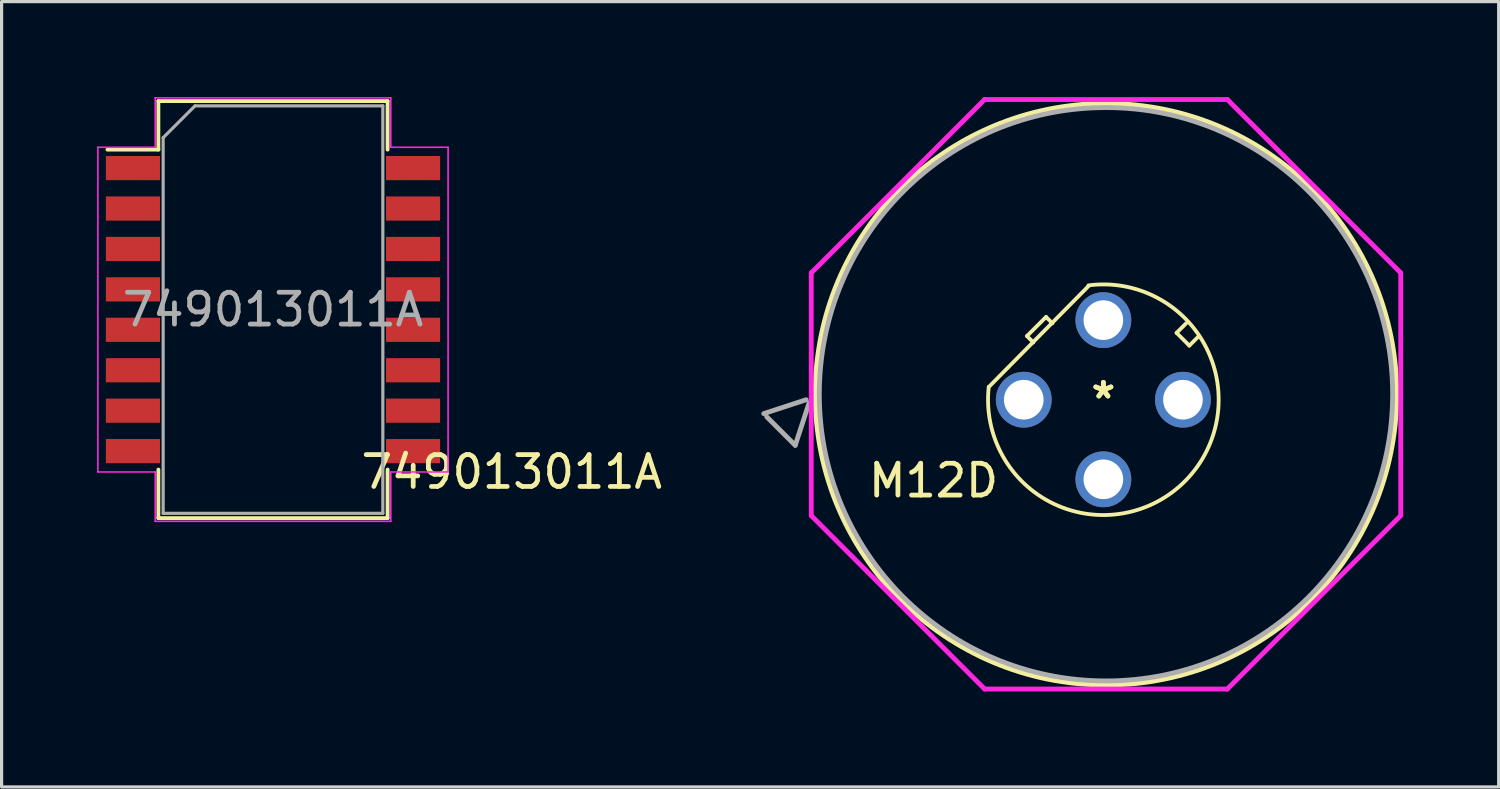
<source format=kicad_pcb>
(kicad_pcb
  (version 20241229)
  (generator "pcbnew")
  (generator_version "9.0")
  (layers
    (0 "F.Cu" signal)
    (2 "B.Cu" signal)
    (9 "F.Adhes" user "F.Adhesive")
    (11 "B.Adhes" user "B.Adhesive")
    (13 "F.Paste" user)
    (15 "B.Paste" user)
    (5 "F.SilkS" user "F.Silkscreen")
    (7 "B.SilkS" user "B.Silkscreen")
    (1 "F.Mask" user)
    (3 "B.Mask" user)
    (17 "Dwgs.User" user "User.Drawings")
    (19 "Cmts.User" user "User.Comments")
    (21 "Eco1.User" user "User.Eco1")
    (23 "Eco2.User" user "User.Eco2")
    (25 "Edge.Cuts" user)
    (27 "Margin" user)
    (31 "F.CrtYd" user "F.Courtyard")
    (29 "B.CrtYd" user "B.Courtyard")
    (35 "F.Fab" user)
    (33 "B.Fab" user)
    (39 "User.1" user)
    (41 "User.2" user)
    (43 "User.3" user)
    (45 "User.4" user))
  (footprint "M12D"
    (layer "F.Cu")
    (at 31.608 9.506)
    (property "Reference" "M12D" (at -5.334 2.54 0) (layer "F.SilkS") (effects (font (size 1 1) (thickness 0.15))))
    (attr through_hole)
    (fp_line (start -2.4 -2) (end -1.8 -2.6) (stroke (width 0.12) (type solid)) (layer "F.SilkS"))
    (fp_line (start -2.2 -1.8) (end -2.4 -2) (stroke (width 0.12) (type solid)) (layer "F.SilkS"))
    (fp_line (start -1.8 -2.6) (end -1.6 -2.4) (stroke (width 0.12) (type solid)) (layer "F.SilkS"))
    (fp_line (start -0.466 -3.57) (end -3.6 -0.4) (stroke (width 0.12) (type solid)) (layer "F.SilkS"))
    (fp_line (start 2.3 -2.1) (end 2.7 -1.7) (stroke (width 0.12) (type solid)) (layer "F.SilkS"))
    (fp_line (start 2.6 -2.4) (end 2.3 -2.1) (stroke (width 0.12) (type solid)) (layer "F.SilkS"))
    (fp_line (start 2.7 -1.7) (end 3 -2) (stroke (width 0.12) (type solid)) (layer "F.SilkS"))
    (fp_arc (start -0.468487 -3.591728) (mid 2.585523 2.536742) (end -3.599999 -0.399999) (stroke (width 0.12) (type solid)) (layer "F.SilkS"))
    (fp_circle (center 0.082 -0.172) (end 9.214 -0.172) (stroke (width 0.152) (type solid)) (fill no) (layer "F.SilkS"))
    (fp_line (start -9.176 -3.984) (end -3.73 -9.43) (stroke (width 0.152) (type solid)) (layer "F.CrtYd"))
    (fp_line (start -9.176 3.64) (end -9.176 -3.984) (stroke (width 0.152) (type solid)) (layer "F.CrtYd"))
    (fp_line (start -3.73 -9.43) (end 3.894 -9.43) (stroke (width 0.152) (type solid)) (layer "F.CrtYd"))
    (fp_line (start -3.73 9.087) (end -9.176 3.64) (stroke (width 0.152) (type solid)) (layer "F.CrtYd"))
    (fp_line (start 3.894 -9.43) (end 9.341 -3.984) (stroke (width 0.152) (type solid)) (layer "F.CrtYd"))
    (fp_line (start 3.894 9.087) (end -3.73 9.087) (stroke (width 0.152) (type solid)) (layer "F.CrtYd"))
    (fp_line (start 9.341 -3.984) (end 9.341 3.64) (stroke (width 0.152) (type solid)) (layer "F.CrtYd"))
    (fp_line (start 9.341 3.64) (end 3.894 9.087) (stroke (width 0.152) (type solid)) (layer "F.CrtYd"))
    (fp_line (start -10.668 0.436) (end -9.336 0) (stroke (width 0.152) (type solid)) (layer "F.Fab"))
    (fp_line (start -9.679 1.432) (end -10.576 0.535) (stroke (width 0.152) (type solid)) (layer "F.Fab"))
    (fp_line (start -9.243 0.099) (end -9.679 1.432) (stroke (width 0.152) (type solid)) (layer "F.Fab"))
    (fp_circle (center 0.082 -0.172) (end 9.087 -0.172) (stroke (width 0.152) (type solid)) (fill no) (layer "F.Fab"))
    (fp_text user "*" (at 0 0 0) (layer "F.SilkS") (effects (font (size 1 1) (thickness 0.15))))
    (fp_text user "*" (at 0 0 0) (layer "F.SilkS") (effects (font (size 1 1) (thickness 0.15))))
    (pad "1" thru_hole circle (at -2.5 0) (size 1.753 1.753) (drill 1.245) (layers "*.Cu" "*.Mask"))
    (pad "2" thru_hole circle (at 0 -2.5) (size 1.753 1.753) (drill 1.245) (layers "*.Cu" "*.Mask"))
    (pad "3" thru_hole circle (at 2.5 0 90) (size 1.753 1.753) (drill 1.245) (layers "*.Cu" "*.Mask"))
    (pad "4" thru_hole circle (at 0 2.5 90) (size 1.753 1.753) (drill 1.245) (layers "*.Cu" "*.Mask")))
  (footprint "749013011A"
    (layer "F.Cu")
    (at 5.525 6.675)
    (property "Reference" "749013011A" (at 7.5 5.1 0) (layer "F.SilkS") (effects (font (size 1 1) (thickness 0.15))))
    (attr smd)
    (fp_line (start -5.2 -5.025) (end -3.6 -5.025) (stroke (width 0.12) (type solid)) (layer "F.SilkS"))
    (fp_line (start -3.6 -6.55) (end 3.6 -6.55) (stroke (width 0.12) (type solid)) (layer "F.SilkS"))
    (fp_line (start -3.6 -5.025) (end -3.6 -6.55) (stroke (width 0.12) (type solid)) (layer "F.SilkS"))
    (fp_line (start -3.6 5.025) (end -3.6 6.55) (stroke (width 0.12) (type solid)) (layer "F.SilkS"))
    (fp_line (start -3.6 6.55) (end 3.6 6.55) (stroke (width 0.12) (type solid)) (layer "F.SilkS"))
    (fp_line (start 3.6 -6.55) (end 3.6 -5.025) (stroke (width 0.12) (type solid)) (layer "F.SilkS"))
    (fp_line (start 3.6 6.55) (end 3.6 5.025) (stroke (width 0.12) (type solid)) (layer "F.SilkS"))
    (fp_line (start -5.5 -5.1) (end -5.5 5.1) (stroke (width 0.05) (type solid)) (layer "F.CrtYd"))
    (fp_line (start -5.5 5.1) (end -3.7 5.1) (stroke (width 0.05) (type solid)) (layer "F.CrtYd"))
    (fp_line (start -3.7 -6.65) (end 3.7 -6.65) (stroke (width 0.05) (type solid)) (layer "F.CrtYd"))
    (fp_line (start -3.7 -5.1) (end -5.5 -5.1) (stroke (width 0.05) (type solid)) (layer "F.CrtYd"))
    (fp_line (start -3.7 -5.1) (end -3.7 -6.65) (stroke (width 0.05) (type solid)) (layer "F.CrtYd"))
    (fp_line (start -3.7 5.1) (end -3.7 6.65) (stroke (width 0.05) (type solid)) (layer "F.CrtYd"))
    (fp_line (start -3.7 6.65) (end 3.7 6.65) (stroke (width 0.05) (type solid)) (layer "F.CrtYd"))
    (fp_line (start 3.7 -5.1) (end 3.7 -6.65) (stroke (width 0.05) (type solid)) (layer "F.CrtYd"))
    (fp_line (start 3.7 5.1) (end 5.5 5.1) (stroke (width 0.05) (type solid)) (layer "F.CrtYd"))
    (fp_line (start 3.7 6.65) (end 3.7 5.1) (stroke (width 0.05) (type solid)) (layer "F.CrtYd"))
    (fp_line (start 5.5 -5.1) (end 3.7 -5.1) (stroke (width 0.05) (type solid)) (layer "F.CrtYd"))
    (fp_line (start 5.5 5.1) (end 5.5 -5.1) (stroke (width 0.05) (type solid)) (layer "F.CrtYd"))
    (fp_line (start -3.45 -5.4) (end -3.45 6.4) (stroke (width 0.1) (type solid)) (layer "F.Fab"))
    (fp_line (start -3.45 6.4) (end 3.45 6.4) (stroke (width 0.1) (type solid)) (layer "F.Fab"))
    (fp_line (start -2.45 -6.4) (end -3.45 -5.4) (stroke (width 0.1) (type solid)) (layer "F.Fab"))
    (fp_line (start 3.45 -6.4) (end -2.45 -6.4) (stroke (width 0.1) (type solid)) (layer "F.Fab"))
    (fp_line (start 3.45 6.4) (end 3.45 -6.4) (stroke (width 0.1) (type solid)) (layer "F.Fab"))
    (fp_text user "${REFERENCE}" (at 0 0 0) (layer "F.Fab") (effects (font (size 1 1) (thickness 0.15))))
    (pad "1" smd rect (at -4.4 -4.445) (size 1.7 0.76) (layers "F.Cu" "F.Mask" "F.Paste"))
    (pad "2" smd rect (at -4.4 -3.175) (size 1.7 0.76) (layers "F.Cu" "F.Mask" "F.Paste"))
    (pad "3" smd rect (at -4.4 -1.905) (size 1.7 0.76) (layers "F.Cu" "F.Mask" "F.Paste"))
    (pad "4" smd rect (at -4.4 -0.635) (size 1.7 0.76) (layers "F.Cu" "F.Mask" "F.Paste"))
    (pad "5" smd rect (at -4.4 0.635) (size 1.7 0.76) (layers "F.Cu" "F.Mask" "F.Paste"))
    (pad "6" smd rect (at -4.4 1.905) (size 1.7 0.76) (layers "F.Cu" "F.Mask" "F.Paste"))
    (pad "7" smd rect (at -4.4 3.175) (size 1.7 0.76) (layers "F.Cu" "F.Mask" "F.Paste"))
    (pad "8" smd rect (at -4.4 4.445) (size 1.7 0.76) (layers "F.Cu" "F.Mask" "F.Paste"))
    (pad "9" smd rect (at 4.4 4.445) (size 1.7 0.76) (layers "F.Cu" "F.Mask" "F.Paste"))
    (pad "10" smd rect (at 4.4 3.175) (size 1.7 0.76) (layers "F.Cu" "F.Mask" "F.Paste"))
    (pad "11" smd rect (at 4.4 1.905) (size 1.7 0.76) (layers "F.Cu" "F.Mask" "F.Paste"))
    (pad "12" smd rect (at 4.4 0.635) (size 1.7 0.76) (layers "F.Cu" "F.Mask" "F.Paste"))
    (pad "13" smd rect (at 4.4 -0.635) (size 1.7 0.76) (layers "F.Cu" "F.Mask" "F.Paste"))
    (pad "14" smd rect (at 4.4 -1.905) (size 1.7 0.76) (layers "F.Cu" "F.Mask" "F.Paste"))
    (pad "15" smd rect (at 4.4 -3.175) (size 1.7 0.76) (layers "F.Cu" "F.Mask" "F.Paste"))
    (pad "16" smd rect (at 4.4 -4.445) (size 1.7 0.76) (layers "F.Cu" "F.Mask" "F.Paste")))
  (gr_rect
    (start -3 -3)
    (end 44.025 21.669)
    (stroke (width 0.1) (type default))
    (fill no)
    (layer "Edge.Cuts")))
</source>
